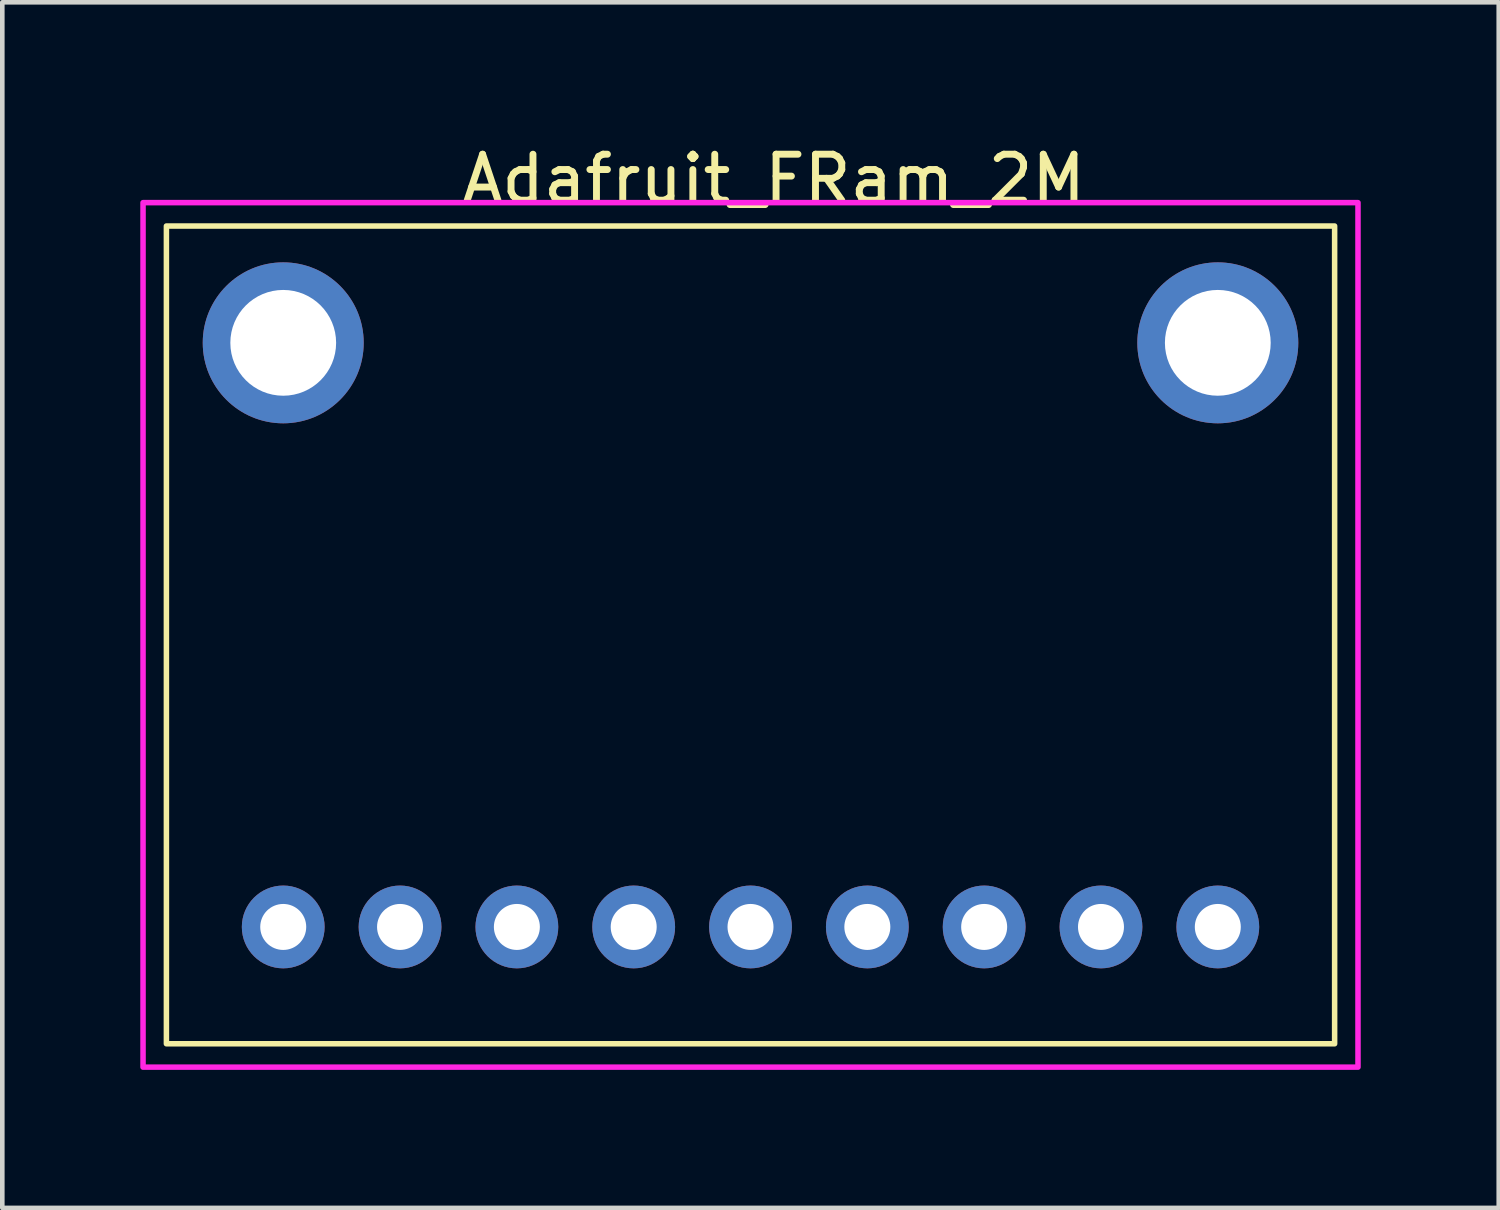
<source format=kicad_pcb>
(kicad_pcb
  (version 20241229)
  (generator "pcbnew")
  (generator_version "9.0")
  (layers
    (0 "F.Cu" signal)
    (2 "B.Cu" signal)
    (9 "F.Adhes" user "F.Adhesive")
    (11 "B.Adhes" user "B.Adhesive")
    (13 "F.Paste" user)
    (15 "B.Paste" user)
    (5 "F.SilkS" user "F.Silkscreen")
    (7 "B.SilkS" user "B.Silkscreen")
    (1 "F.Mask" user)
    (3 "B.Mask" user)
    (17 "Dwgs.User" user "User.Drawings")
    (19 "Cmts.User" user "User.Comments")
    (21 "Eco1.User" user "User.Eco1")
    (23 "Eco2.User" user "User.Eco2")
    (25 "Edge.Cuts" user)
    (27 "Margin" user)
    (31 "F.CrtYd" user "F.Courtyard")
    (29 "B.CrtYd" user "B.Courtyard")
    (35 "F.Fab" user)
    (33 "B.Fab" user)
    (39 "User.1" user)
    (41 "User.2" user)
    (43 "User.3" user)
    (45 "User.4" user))
  (footprint "Adafruit_FRam_2M"
    (layer "F.Cu")
    (at 13.268 17.104)
    (property "Reference" "Adafruit_FRam_2M" (at 0.508 -16.256 0) (unlocked yes) (layer "F.SilkS") (effects (font (size 1 1) (thickness 0.15))))
    (attr through_hole)
    (fp_rect (start -12.7 2.54) (end 12.7 -15.24) (stroke (width 0.12) (type solid)) (fill no) (layer "F.SilkS"))
    (fp_rect (start -13.208 3.048) (end 13.208 -15.748) (stroke (width 0.12) (type solid)) (fill no) (layer "F.CrtYd"))
    (pad "" np_thru_hole circle (at -10.16 -12.7) (size 3.5 3.5) (drill 2.3) (layers "*.Cu" "*.Mask"))
    (pad "" np_thru_hole circle (at 10.16 -12.7) (size 3.5 3.5) (drill 2.3) (layers "*.Cu" "*.Mask"))
    (pad "1" thru_hole circle (at 10.16 0 180) (size 1.8 1.8) (drill 1) (layers "*.Cu" "*.Mask"))
    (pad "2" thru_hole circle (at 7.62 0 180) (size 1.8 1.8) (drill 1) (layers "*.Cu" "*.Mask"))
    (pad "3" thru_hole circle (at 5.08 0 180) (size 1.8 1.8) (drill 1) (layers "*.Cu" "*.Mask"))
    (pad "4" thru_hole circle (at 2.54 0 180) (size 1.8 1.8) (drill 1) (layers "*.Cu" "*.Mask"))
    (pad "5" thru_hole circle (at 0 0 180) (size 1.8 1.8) (drill 1) (layers "*.Cu" "*.Mask"))
    (pad "6" thru_hole circle (at -2.54 0 180) (size 1.8 1.8) (drill 1) (layers "*.Cu" "*.Mask"))
    (pad "7" thru_hole circle (at -5.08 0 180) (size 1.8 1.8) (drill 1) (layers "*.Cu" "*.Mask"))
    (pad "8" thru_hole circle (at -7.62 0 180) (size 1.8 1.8) (drill 1) (layers "*.Cu" "*.Mask"))
    (pad "9" thru_hole circle (at -10.16 0 180) (size 1.8 1.8) (drill 1) (layers "*.Cu" "*.Mask")))
  (gr_rect
    (start -3 -3)
    (end 29.536 23.212)
    (stroke (width 0.1) (type default))
    (fill no)
    (layer "Edge.Cuts")))
</source>
